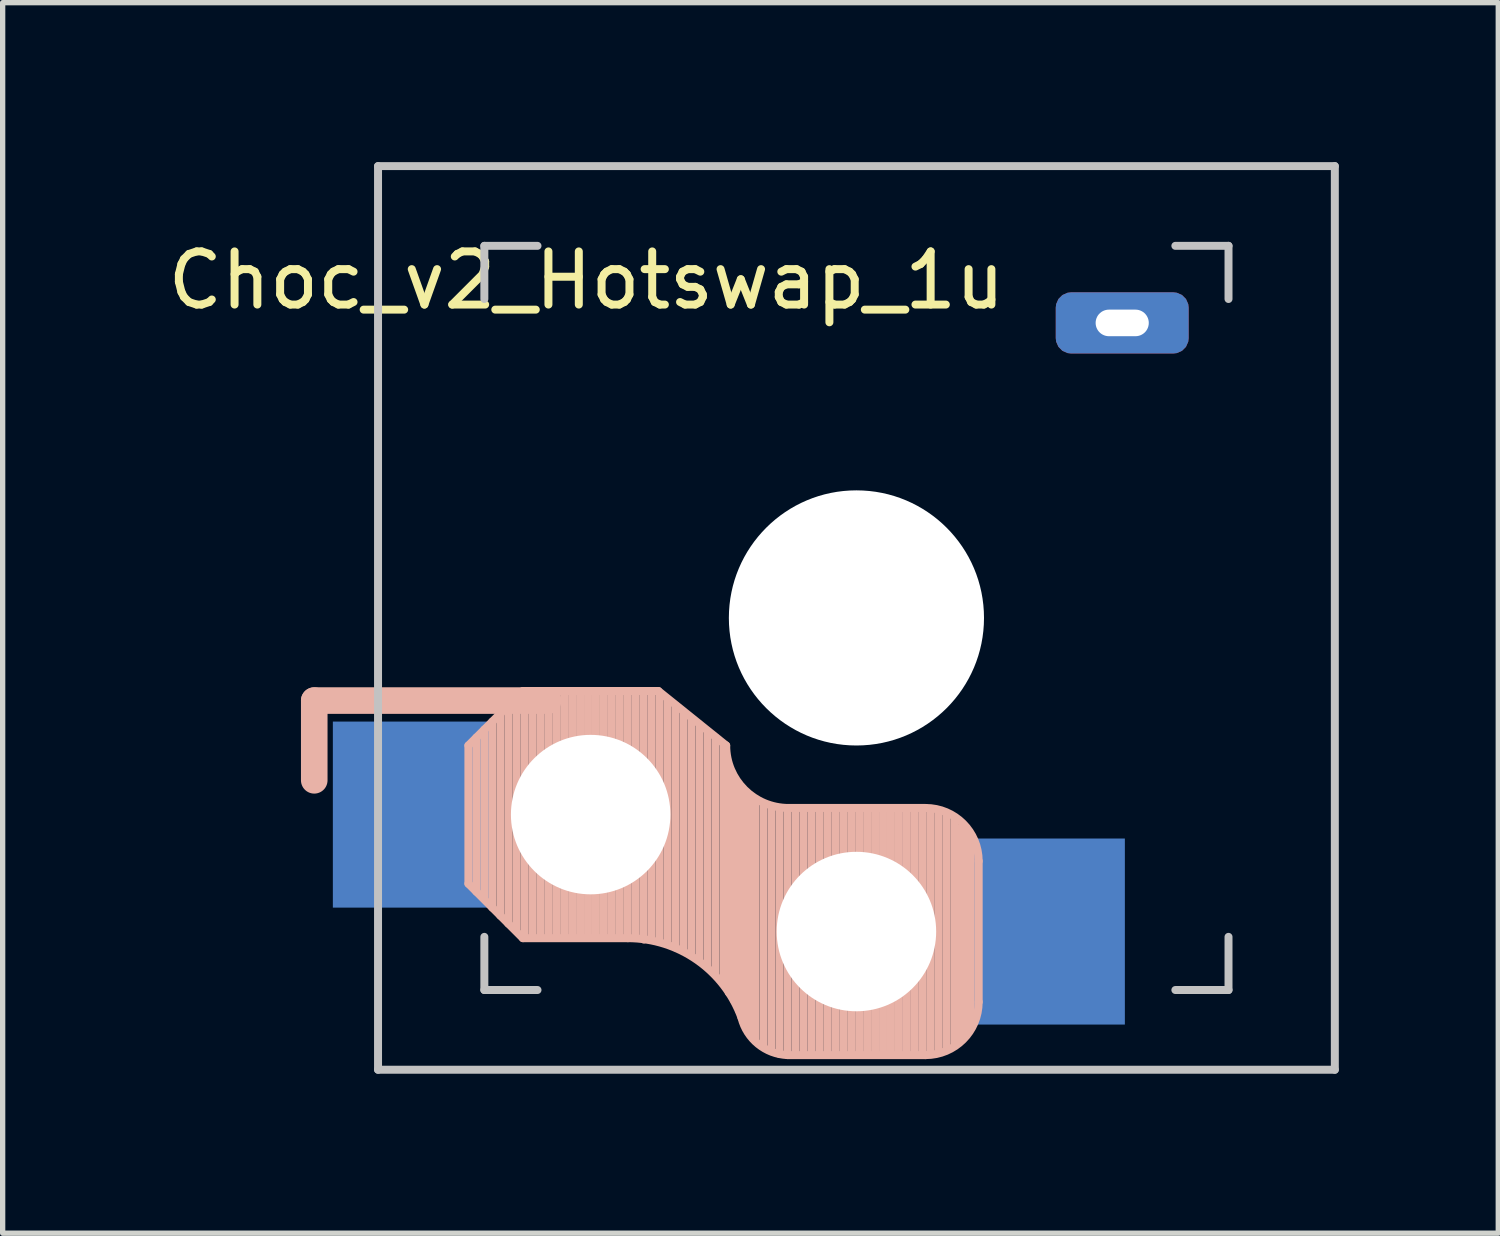
<source format=kicad_pcb>
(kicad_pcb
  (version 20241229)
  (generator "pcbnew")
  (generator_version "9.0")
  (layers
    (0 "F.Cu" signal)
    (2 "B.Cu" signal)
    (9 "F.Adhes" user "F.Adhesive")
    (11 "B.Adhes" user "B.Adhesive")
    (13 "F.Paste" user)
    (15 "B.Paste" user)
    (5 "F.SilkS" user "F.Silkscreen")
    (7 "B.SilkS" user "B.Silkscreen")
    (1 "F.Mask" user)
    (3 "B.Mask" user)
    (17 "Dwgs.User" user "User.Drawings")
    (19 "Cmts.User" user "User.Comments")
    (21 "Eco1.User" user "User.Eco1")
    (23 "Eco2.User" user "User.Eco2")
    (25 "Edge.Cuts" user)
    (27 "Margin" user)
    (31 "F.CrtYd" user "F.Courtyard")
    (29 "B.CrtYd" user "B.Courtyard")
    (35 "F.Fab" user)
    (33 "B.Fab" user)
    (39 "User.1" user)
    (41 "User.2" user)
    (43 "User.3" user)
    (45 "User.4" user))
  (footprint "Choc_v2_Hotswap_1u"
    (layer "F.Cu")
    (at 13.062 8.575)
    (property "Reference" "Choc_v2_Hotswap_1u" (at -5.08 -6.35 180) (layer "F.SilkS") (effects (font (size 1 1) (thickness 0.15))))
    (attr through_hole)
    (fp_line (start -10.2 1.555) (end -10.2 3.055) (stroke (width 0.5) (type default)) (layer "B.SilkS"))
    (fp_line (start -7.3 2.4) (end -7.3 5) (stroke (width 0.15) (type solid)) (layer "B.SilkS"))
    (fp_line (start -7.3 2.4) (end -6.275 1.375) (stroke (width 0.15) (type solid)) (layer "B.SilkS"))
    (fp_line (start -7.3 5) (end -6.275 6.025) (stroke (width 0.15) (type solid)) (layer "B.SilkS"))
    (fp_line (start -7.15 5.15) (end -7.15 2.25) (stroke (width 0.15) (type solid)) (layer "B.SilkS"))
    (fp_line (start -7 5.25) (end -7 2.1) (stroke (width 0.15) (type solid)) (layer "B.SilkS"))
    (fp_line (start -6.85 5.45) (end -6.85 1.95) (stroke (width 0.15) (type solid)) (layer "B.SilkS"))
    (fp_line (start -6.7 5.6) (end -6.7 1.8) (stroke (width 0.15) (type solid)) (layer "B.SilkS"))
    (fp_line (start -6.55 5.75) (end -6.55 1.65) (stroke (width 0.15) (type solid)) (layer "B.SilkS"))
    (fp_line (start -6.4 5.85) (end -6.4 1.5) (stroke (width 0.15) (type solid)) (layer "B.SilkS"))
    (fp_line (start -6.25 6) (end -6.25 1.4) (stroke (width 0.15) (type solid)) (layer "B.SilkS"))
    (fp_line (start -6.1 6) (end -6.1 1.4) (stroke (width 0.15) (type solid)) (layer "B.SilkS"))
    (fp_line (start -5.95 6) (end -5.95 1.4) (stroke (width 0.15) (type solid)) (layer "B.SilkS"))
    (fp_line (start -5.8 1.555) (end -10.2 1.555) (stroke (width 0.5) (type default)) (layer "B.SilkS"))
    (fp_line (start -5.8 6) (end -5.8 1.4) (stroke (width 0.15) (type solid)) (layer "B.SilkS"))
    (fp_line (start -5.65 6) (end -5.65 1.4) (stroke (width 0.15) (type solid)) (layer "B.SilkS"))
    (fp_line (start -5.5 6) (end -5.5 1.4) (stroke (width 0.15) (type solid)) (layer "B.SilkS"))
    (fp_line (start -5.35 6) (end -5.35 1.4) (stroke (width 0.15) (type solid)) (layer "B.SilkS"))
    (fp_line (start -5.2 6) (end -5.2 1.4) (stroke (width 0.15) (type solid)) (layer "B.SilkS"))
    (fp_line (start -5.05 6) (end -5.05 1.4) (stroke (width 0.15) (type solid)) (layer "B.SilkS"))
    (fp_line (start -4.9 6) (end -4.9 1.4) (stroke (width 0.15) (type solid)) (layer "B.SilkS"))
    (fp_line (start -4.75 6) (end -4.75 1.4) (stroke (width 0.15) (type solid)) (layer "B.SilkS"))
    (fp_line (start -4.6 6) (end -4.6 1.4) (stroke (width 0.15) (type solid)) (layer "B.SilkS"))
    (fp_line (start -4.45 6) (end -4.45 1.4) (stroke (width 0.15) (type solid)) (layer "B.SilkS"))
    (fp_line (start -4.3 6) (end -4.3 1.4) (stroke (width 0.15) (type solid)) (layer "B.SilkS"))
    (fp_line (start -4.3 6.025) (end -6.275 6.025) (stroke (width 0.15) (type solid)) (layer "B.SilkS"))
    (fp_line (start -4.15 6) (end -4.15 1.45) (stroke (width 0.15) (type solid)) (layer "B.SilkS"))
    (fp_line (start -4 6.05) (end -4 1.4) (stroke (width 0.15) (type solid)) (layer "B.SilkS"))
    (fp_line (start -3.85 6.05) (end -3.85 1.4) (stroke (width 0.15) (type solid)) (layer "B.SilkS"))
    (fp_line (start -3.725 1.375) (end -6.275 1.375) (stroke (width 0.15) (type solid)) (layer "B.SilkS"))
    (fp_line (start -3.725 1.375) (end -2.45 2.4) (stroke (width 0.15) (type solid)) (layer "B.SilkS"))
    (fp_line (start -3.7 6.05) (end -3.7 1.45) (stroke (width 0.15) (type solid)) (layer "B.SilkS"))
    (fp_line (start -3.55 6.1) (end -3.55 1.55) (stroke (width 0.15) (type solid)) (layer "B.SilkS"))
    (fp_line (start -3.4 6.2) (end -3.4 1.65) (stroke (width 0.15) (type solid)) (layer "B.SilkS"))
    (fp_line (start -3.25 6.25) (end -3.25 1.8) (stroke (width 0.15) (type solid)) (layer "B.SilkS"))
    (fp_line (start -3.1 6.35) (end -3.1 1.9) (stroke (width 0.15) (type solid)) (layer "B.SilkS"))
    (fp_line (start -2.95 6.45) (end -2.95 2.05) (stroke (width 0.15) (type solid)) (layer "B.SilkS"))
    (fp_line (start -2.8 6.55) (end -2.8 2.15) (stroke (width 0.15) (type solid)) (layer "B.SilkS"))
    (fp_line (start -2.65 6.7) (end -2.65 2.25) (stroke (width 0.15) (type solid)) (layer "B.SilkS"))
    (fp_line (start -2.5 6.85) (end -2.5 2.4) (stroke (width 0.15) (type solid)) (layer "B.SilkS"))
    (fp_line (start -2.4 7.05) (end -2.4 2.9) (stroke (width 0.15) (type solid)) (layer "B.SilkS"))
    (fp_line (start -2.3 7.2) (end -2.3 3.05) (stroke (width 0.15) (type solid)) (layer "B.SilkS"))
    (fp_line (start -2.2 7.4) (end -2.2 3.25) (stroke (width 0.15) (type solid)) (layer "B.SilkS"))
    (fp_line (start -2.1 7.55) (end -2.1 3.35) (stroke (width 0.15) (type solid)) (layer "B.SilkS"))
    (fp_line (start -2 7.8) (end -2 3.4) (stroke (width 0.15) (type solid)) (layer "B.SilkS"))
    (fp_line (start -1.9 7.95) (end -1.9 3.45) (stroke (width 0.15) (type solid)) (layer "B.SilkS"))
    (fp_line (start -1.75 8.05) (end -1.75 3.5) (stroke (width 0.15) (type solid)) (layer "B.SilkS"))
    (fp_line (start -1.6 8.15) (end -1.6 3.6) (stroke (width 0.15) (type solid)) (layer "B.SilkS"))
    (fp_line (start -1.45 8.2) (end -1.45 3.6) (stroke (width 0.15) (type solid)) (layer "B.SilkS"))
    (fp_line (start -1.3 8.2) (end -1.3 3.6) (stroke (width 0.15) (type solid)) (layer "B.SilkS"))
    (fp_line (start -1.15 8.2) (end -1.15 3.65) (stroke (width 0.15) (type solid)) (layer "B.SilkS"))
    (fp_line (start -1 8.2) (end -1 3.6) (stroke (width 0.15) (type solid)) (layer "B.SilkS"))
    (fp_line (start -0.85 8.2) (end -0.85 3.6) (stroke (width 0.15) (type solid)) (layer "B.SilkS"))
    (fp_line (start -0.7 8.2) (end -0.7 3.6) (stroke (width 0.15) (type solid)) (layer "B.SilkS"))
    (fp_line (start -0.55 8.2) (end -0.55 3.6) (stroke (width 0.15) (type solid)) (layer "B.SilkS"))
    (fp_line (start -0.4 8.2) (end -0.4 3.6) (stroke (width 0.15) (type solid)) (layer "B.SilkS"))
    (fp_line (start -0.25 8.2) (end -0.25 3.6) (stroke (width 0.15) (type solid)) (layer "B.SilkS"))
    (fp_line (start -0.1 8.2) (end -0.1 3.6) (stroke (width 0.15) (type solid)) (layer "B.SilkS"))
    (fp_line (start 0.05 8.2) (end 0.05 3.6) (stroke (width 0.15) (type solid)) (layer "B.SilkS"))
    (fp_line (start 0.2 8.2) (end 0.2 3.6) (stroke (width 0.15) (type solid)) (layer "B.SilkS"))
    (fp_line (start 0.35 8.2) (end 0.35 3.6) (stroke (width 0.15) (type solid)) (layer "B.SilkS"))
    (fp_line (start 0.5 8.2) (end 0.5 3.6) (stroke (width 0.15) (type solid)) (layer "B.SilkS"))
    (fp_line (start 0.65 8.2) (end 0.65 3.6) (stroke (width 0.15) (type solid)) (layer "B.SilkS"))
    (fp_line (start 0.8 8.2) (end 0.8 3.6) (stroke (width 0.15) (type solid)) (layer "B.SilkS"))
    (fp_line (start 0.95 8.2) (end 0.95 3.6) (stroke (width 0.15) (type solid)) (layer "B.SilkS"))
    (fp_line (start 1.1 8.2) (end 1.1 3.6) (stroke (width 0.15) (type solid)) (layer "B.SilkS"))
    (fp_line (start 1.25 8.2) (end 1.25 3.6) (stroke (width 0.15) (type solid)) (layer "B.SilkS"))
    (fp_line (start 1.3 3.575) (end -1.275 3.575) (stroke (width 0.15) (type solid)) (layer "B.SilkS"))
    (fp_line (start 1.3 8.225) (end -1.3 8.225) (stroke (width 0.15) (type solid)) (layer "B.SilkS"))
    (fp_line (start 1.4 8.2) (end 1.4 3.65) (stroke (width 0.15) (type solid)) (layer "B.SilkS"))
    (fp_line (start 1.55 8.15) (end 1.55 3.65) (stroke (width 0.15) (type solid)) (layer "B.SilkS"))
    (fp_line (start 1.7 8.1) (end 1.7 3.7) (stroke (width 0.15) (type solid)) (layer "B.SilkS"))
    (fp_line (start 1.85 8) (end 1.85 3.8) (stroke (width 0.15) (type solid)) (layer "B.SilkS"))
    (fp_line (start 1.95 7.9) (end 1.95 3.95) (stroke (width 0.15) (type solid)) (layer "B.SilkS"))
    (fp_line (start 2.05 7.8) (end 2.05 4.05) (stroke (width 0.15) (type solid)) (layer "B.SilkS"))
    (fp_line (start 2.15 7.65) (end 2.15 4.1) (stroke (width 0.15) (type solid)) (layer "B.SilkS"))
    (fp_line (start 2.3 4.575) (end 2.3 7.225) (stroke (width 0.15) (type solid)) (layer "B.SilkS"))
    (fp_arc (start -4.3 6.025) (mid -2.995114 6.436429) (end -2.162199 7.521904) (stroke (width 0.15) (type solid)) (layer "B.SilkS"))
    (fp_arc (start -1.300995 8.223791) (mid -1.848284 8.016021) (end -2.162199 7.521904) (stroke (width 0.15) (type solid)) (layer "B.SilkS"))
    (fp_arc (start -1.275 3.575) (mid -2.10585 3.23085) (end -2.45 2.4) (stroke (width 0.15) (type solid)) (layer "B.SilkS"))
    (fp_arc (start 1.3 3.575) (mid 2.007107 3.867893) (end 2.3 4.575) (stroke (width 0.15) (type solid)) (layer "B.SilkS"))
    (fp_arc (start 2.3 7.225) (mid 2.007107 7.932107) (end 1.3 8.225) (stroke (width 0.15) (type solid)) (layer "B.SilkS"))
    (fp_line (start -9 -8.5) (end 9 -8.5) (stroke (width 0.15) (type solid)) (layer "Dwgs.User"))
    (fp_line (start -9 8.5) (end -9 -8.5) (stroke (width 0.15) (type solid)) (layer "Dwgs.User"))
    (fp_line (start -7 -7) (end -6 -7) (stroke (width 0.15) (type solid)) (layer "Dwgs.User"))
    (fp_line (start -7 -6) (end -7 -7) (stroke (width 0.15) (type solid)) (layer "Dwgs.User"))
    (fp_line (start -7 7) (end -7 6) (stroke (width 0.15) (type solid)) (layer "Dwgs.User"))
    (fp_line (start -6 7) (end -7 7) (stroke (width 0.15) (type solid)) (layer "Dwgs.User"))
    (fp_line (start 6 7) (end 7 7) (stroke (width 0.15) (type solid)) (layer "Dwgs.User"))
    (fp_line (start 7 -7) (end 6 -7) (stroke (width 0.15) (type solid)) (layer "Dwgs.User"))
    (fp_line (start 7 -6) (end 7 -7) (stroke (width 0.15) (type solid)) (layer "Dwgs.User"))
    (fp_line (start 7 7) (end 7 6) (stroke (width 0.15) (type solid)) (layer "Dwgs.User"))
    (fp_line (start 9 -8.5) (end 9 8.5) (stroke (width 0.15) (type solid)) (layer "Dwgs.User"))
    (fp_line (start 9 8.5) (end -9 8.5) (stroke (width 0.15) (type solid)) (layer "Dwgs.User"))
    (pad "" np_thru_hole circle (at -5 3.7 90) (size 3 3) (drill 3) (layers "*.Cu" "*.Mask"))
    (pad "" np_thru_hole circle (at 0 0 90) (size 4.8 4.8) (drill 4.8) (layers "*.Cu" "*.Mask"))
    (pad "" np_thru_hole circle (at 0 5.9 90) (size 3 3) (drill 3) (layers "*.Cu" "*.Mask"))
    (pad "" thru_hole roundrect (at 5 -5.55) (size 2.5 1.15) (drill oval 1 0.5) (layers "*.Cu" "*.Mask") (roundrect_rratio 0.25))
    (pad "1" smd rect (at -8.35 3.7 180) (size 3 3.5) (layers "B.Cu" "B.Mask" "B.Paste"))
    (pad "2" smd rect (at 3.55 5.9 180) (size 3 3.5) (layers "B.Cu" "B.Mask" "B.Paste")))
  (gr_rect
    (start -3 -3)
    (end 25.137 20.15)
    (stroke (width 0.1) (type default))
    (fill no)
    (layer "Edge.Cuts")))
</source>
